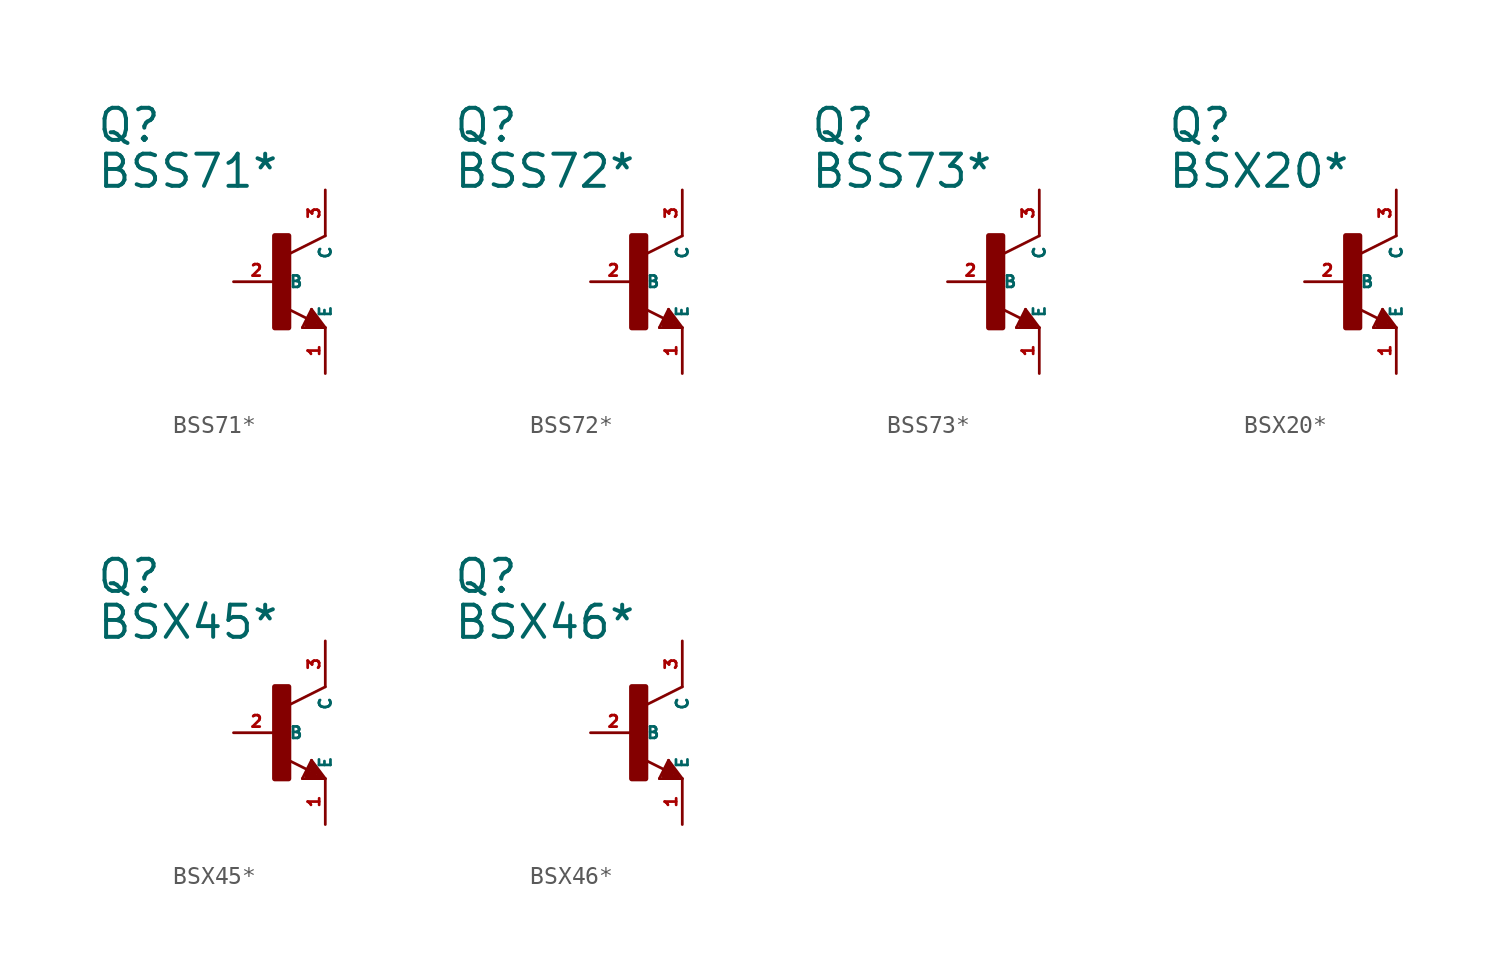
<source format=kicad_sym>
(kicad_symbol_lib
  (version 20220914)
  (generator Eagle2Kicad)
  (symbol "BSS71*"
    (property "Reference" "Q"
      (at -10.16 7.62 0)
      (effects (font (size 1.778 1.778) (thickness 0.22)) (justify left bottom)))
    (property "Value" "BSS71*"
      (at -10.16 5.08 0)
      (effects (font (size 1.778 1.778) (thickness 0.22)) (justify left bottom)))
    (polyline
      (pts (xy 2.54 2.54) (xy 0.508 1.524))
      (stroke (width 0.152) (type default))
      (fill (type none)))
    (polyline
      (pts (xy 1.778 -1.524) (xy 2.54 -2.54))
      (stroke (width 0.152) (type default))
      (fill (type none)))
    (polyline
      (pts (xy 2.54 -2.54) (xy 1.27 -2.54))
      (stroke (width 0.152) (type default))
      (fill (type none)))
    (polyline
      (pts (xy 1.27 -2.54) (xy 1.778 -1.524))
      (stroke (width 0.152) (type default))
      (fill (type none)))
    (polyline
      (pts (xy 1.54 -2.04) (xy 0.308 -1.424))
      (stroke (width 0.152) (type default))
      (fill (type none)))
    (polyline
      (pts (xy 1.524 -2.413) (xy 2.286 -2.413))
      (stroke (width 0.254) (type default))
      (fill (type none)))
    (polyline
      (pts (xy 2.286 -2.413) (xy 1.778 -1.778))
      (stroke (width 0.254) (type default))
      (fill (type none)))
    (polyline
      (pts (xy 1.778 -1.778) (xy 1.524 -2.286))
      (stroke (width 0.254) (type default))
      (fill (type none)))
    (polyline
      (pts (xy 1.524 -2.286) (xy 1.905 -2.286))
      (stroke (width 0.254) (type default))
      (fill (type none)))
    (polyline
      (pts (xy 1.905 -2.286) (xy 1.778 -2.032))
      (stroke (width 0.254) (type default))
      (fill (type none)))
    (rectangle
      (start -0.254 -2.54)
      (end 0.508 2.54)
      (stroke (width 0.3) (type default))
      (fill (type outline)))
    (pin passive line
      (at -2.54 0 0)
      (length 2.54)
      (name "B" (effects (font (size 0.635 0.635) (thickness 0.08)) (justify left bottom)))
      (number "2" (effects (font (size 0.635 0.635) (thickness 0.08)) (justify left bottom))))
    (pin passive line
      (at 2.54 -5.08 90)
      (length 2.54)
      (name "E" (effects (font (size 0.635 0.635) (thickness 0.08)) (justify left bottom)))
      (number "1" (effects (font (size 0.635 0.635) (thickness 0.08)) (justify left bottom))))
    (pin passive line
      (at 2.54 5.08 270)
      (length 2.54)
      (name "C" (effects (font (size 0.635 0.635) (thickness 0.08)) (justify left bottom)))
      (number "3" (effects (font (size 0.635 0.635) (thickness 0.08)) (justify left bottom)))))
  (symbol "BSS72*"
    (property "Reference" "Q"
      (at -10.16 7.62 0)
      (effects (font (size 1.778 1.778) (thickness 0.22)) (justify left bottom)))
    (property "Value" "BSS72*"
      (at -10.16 5.08 0)
      (effects (font (size 1.778 1.778) (thickness 0.22)) (justify left bottom)))
    (polyline
      (pts (xy 2.54 2.54) (xy 0.508 1.524))
      (stroke (width 0.152) (type default))
      (fill (type none)))
    (polyline
      (pts (xy 1.778 -1.524) (xy 2.54 -2.54))
      (stroke (width 0.152) (type default))
      (fill (type none)))
    (polyline
      (pts (xy 2.54 -2.54) (xy 1.27 -2.54))
      (stroke (width 0.152) (type default))
      (fill (type none)))
    (polyline
      (pts (xy 1.27 -2.54) (xy 1.778 -1.524))
      (stroke (width 0.152) (type default))
      (fill (type none)))
    (polyline
      (pts (xy 1.54 -2.04) (xy 0.308 -1.424))
      (stroke (width 0.152) (type default))
      (fill (type none)))
    (polyline
      (pts (xy 1.524 -2.413) (xy 2.286 -2.413))
      (stroke (width 0.254) (type default))
      (fill (type none)))
    (polyline
      (pts (xy 2.286 -2.413) (xy 1.778 -1.778))
      (stroke (width 0.254) (type default))
      (fill (type none)))
    (polyline
      (pts (xy 1.778 -1.778) (xy 1.524 -2.286))
      (stroke (width 0.254) (type default))
      (fill (type none)))
    (polyline
      (pts (xy 1.524 -2.286) (xy 1.905 -2.286))
      (stroke (width 0.254) (type default))
      (fill (type none)))
    (polyline
      (pts (xy 1.905 -2.286) (xy 1.778 -2.032))
      (stroke (width 0.254) (type default))
      (fill (type none)))
    (rectangle
      (start -0.254 -2.54)
      (end 0.508 2.54)
      (stroke (width 0.3) (type default))
      (fill (type outline)))
    (pin passive line
      (at -2.54 0 0)
      (length 2.54)
      (name "B" (effects (font (size 0.635 0.635) (thickness 0.08)) (justify left bottom)))
      (number "2" (effects (font (size 0.635 0.635) (thickness 0.08)) (justify left bottom))))
    (pin passive line
      (at 2.54 -5.08 90)
      (length 2.54)
      (name "E" (effects (font (size 0.635 0.635) (thickness 0.08)) (justify left bottom)))
      (number "1" (effects (font (size 0.635 0.635) (thickness 0.08)) (justify left bottom))))
    (pin passive line
      (at 2.54 5.08 270)
      (length 2.54)
      (name "C" (effects (font (size 0.635 0.635) (thickness 0.08)) (justify left bottom)))
      (number "3" (effects (font (size 0.635 0.635) (thickness 0.08)) (justify left bottom)))))
  (symbol "BSS73*"
    (property "Reference" "Q"
      (at -10.16 7.62 0)
      (effects (font (size 1.778 1.778) (thickness 0.22)) (justify left bottom)))
    (property "Value" "BSS73*"
      (at -10.16 5.08 0)
      (effects (font (size 1.778 1.778) (thickness 0.22)) (justify left bottom)))
    (polyline
      (pts (xy 2.54 2.54) (xy 0.508 1.524))
      (stroke (width 0.152) (type default))
      (fill (type none)))
    (polyline
      (pts (xy 1.778 -1.524) (xy 2.54 -2.54))
      (stroke (width 0.152) (type default))
      (fill (type none)))
    (polyline
      (pts (xy 2.54 -2.54) (xy 1.27 -2.54))
      (stroke (width 0.152) (type default))
      (fill (type none)))
    (polyline
      (pts (xy 1.27 -2.54) (xy 1.778 -1.524))
      (stroke (width 0.152) (type default))
      (fill (type none)))
    (polyline
      (pts (xy 1.54 -2.04) (xy 0.308 -1.424))
      (stroke (width 0.152) (type default))
      (fill (type none)))
    (polyline
      (pts (xy 1.524 -2.413) (xy 2.286 -2.413))
      (stroke (width 0.254) (type default))
      (fill (type none)))
    (polyline
      (pts (xy 2.286 -2.413) (xy 1.778 -1.778))
      (stroke (width 0.254) (type default))
      (fill (type none)))
    (polyline
      (pts (xy 1.778 -1.778) (xy 1.524 -2.286))
      (stroke (width 0.254) (type default))
      (fill (type none)))
    (polyline
      (pts (xy 1.524 -2.286) (xy 1.905 -2.286))
      (stroke (width 0.254) (type default))
      (fill (type none)))
    (polyline
      (pts (xy 1.905 -2.286) (xy 1.778 -2.032))
      (stroke (width 0.254) (type default))
      (fill (type none)))
    (rectangle
      (start -0.254 -2.54)
      (end 0.508 2.54)
      (stroke (width 0.3) (type default))
      (fill (type outline)))
    (pin passive line
      (at -2.54 0 0)
      (length 2.54)
      (name "B" (effects (font (size 0.635 0.635) (thickness 0.08)) (justify left bottom)))
      (number "2" (effects (font (size 0.635 0.635) (thickness 0.08)) (justify left bottom))))
    (pin passive line
      (at 2.54 -5.08 90)
      (length 2.54)
      (name "E" (effects (font (size 0.635 0.635) (thickness 0.08)) (justify left bottom)))
      (number "1" (effects (font (size 0.635 0.635) (thickness 0.08)) (justify left bottom))))
    (pin passive line
      (at 2.54 5.08 270)
      (length 2.54)
      (name "C" (effects (font (size 0.635 0.635) (thickness 0.08)) (justify left bottom)))
      (number "3" (effects (font (size 0.635 0.635) (thickness 0.08)) (justify left bottom)))))
  (symbol "BSX20*"
    (property "Reference" "Q"
      (at -10.16 7.62 0)
      (effects (font (size 1.778 1.778) (thickness 0.22)) (justify left bottom)))
    (property "Value" "BSX20*"
      (at -10.16 5.08 0)
      (effects (font (size 1.778 1.778) (thickness 0.22)) (justify left bottom)))
    (polyline
      (pts (xy 2.54 2.54) (xy 0.508 1.524))
      (stroke (width 0.152) (type default))
      (fill (type none)))
    (polyline
      (pts (xy 1.778 -1.524) (xy 2.54 -2.54))
      (stroke (width 0.152) (type default))
      (fill (type none)))
    (polyline
      (pts (xy 2.54 -2.54) (xy 1.27 -2.54))
      (stroke (width 0.152) (type default))
      (fill (type none)))
    (polyline
      (pts (xy 1.27 -2.54) (xy 1.778 -1.524))
      (stroke (width 0.152) (type default))
      (fill (type none)))
    (polyline
      (pts (xy 1.54 -2.04) (xy 0.308 -1.424))
      (stroke (width 0.152) (type default))
      (fill (type none)))
    (polyline
      (pts (xy 1.524 -2.413) (xy 2.286 -2.413))
      (stroke (width 0.254) (type default))
      (fill (type none)))
    (polyline
      (pts (xy 2.286 -2.413) (xy 1.778 -1.778))
      (stroke (width 0.254) (type default))
      (fill (type none)))
    (polyline
      (pts (xy 1.778 -1.778) (xy 1.524 -2.286))
      (stroke (width 0.254) (type default))
      (fill (type none)))
    (polyline
      (pts (xy 1.524 -2.286) (xy 1.905 -2.286))
      (stroke (width 0.254) (type default))
      (fill (type none)))
    (polyline
      (pts (xy 1.905 -2.286) (xy 1.778 -2.032))
      (stroke (width 0.254) (type default))
      (fill (type none)))
    (rectangle
      (start -0.254 -2.54)
      (end 0.508 2.54)
      (stroke (width 0.3) (type default))
      (fill (type outline)))
    (pin passive line
      (at -2.54 0 0)
      (length 2.54)
      (name "B" (effects (font (size 0.635 0.635) (thickness 0.08)) (justify left bottom)))
      (number "2" (effects (font (size 0.635 0.635) (thickness 0.08)) (justify left bottom))))
    (pin passive line
      (at 2.54 -5.08 90)
      (length 2.54)
      (name "E" (effects (font (size 0.635 0.635) (thickness 0.08)) (justify left bottom)))
      (number "1" (effects (font (size 0.635 0.635) (thickness 0.08)) (justify left bottom))))
    (pin passive line
      (at 2.54 5.08 270)
      (length 2.54)
      (name "C" (effects (font (size 0.635 0.635) (thickness 0.08)) (justify left bottom)))
      (number "3" (effects (font (size 0.635 0.635) (thickness 0.08)) (justify left bottom)))))
  (symbol "BSX45*"
    (property "Reference" "Q"
      (at -10.16 7.62 0)
      (effects (font (size 1.778 1.778) (thickness 0.22)) (justify left bottom)))
    (property "Value" "BSX45*"
      (at -10.16 5.08 0)
      (effects (font (size 1.778 1.778) (thickness 0.22)) (justify left bottom)))
    (polyline
      (pts (xy 2.54 2.54) (xy 0.508 1.524))
      (stroke (width 0.152) (type default))
      (fill (type none)))
    (polyline
      (pts (xy 1.778 -1.524) (xy 2.54 -2.54))
      (stroke (width 0.152) (type default))
      (fill (type none)))
    (polyline
      (pts (xy 2.54 -2.54) (xy 1.27 -2.54))
      (stroke (width 0.152) (type default))
      (fill (type none)))
    (polyline
      (pts (xy 1.27 -2.54) (xy 1.778 -1.524))
      (stroke (width 0.152) (type default))
      (fill (type none)))
    (polyline
      (pts (xy 1.54 -2.04) (xy 0.308 -1.424))
      (stroke (width 0.152) (type default))
      (fill (type none)))
    (polyline
      (pts (xy 1.524 -2.413) (xy 2.286 -2.413))
      (stroke (width 0.254) (type default))
      (fill (type none)))
    (polyline
      (pts (xy 2.286 -2.413) (xy 1.778 -1.778))
      (stroke (width 0.254) (type default))
      (fill (type none)))
    (polyline
      (pts (xy 1.778 -1.778) (xy 1.524 -2.286))
      (stroke (width 0.254) (type default))
      (fill (type none)))
    (polyline
      (pts (xy 1.524 -2.286) (xy 1.905 -2.286))
      (stroke (width 0.254) (type default))
      (fill (type none)))
    (polyline
      (pts (xy 1.905 -2.286) (xy 1.778 -2.032))
      (stroke (width 0.254) (type default))
      (fill (type none)))
    (rectangle
      (start -0.254 -2.54)
      (end 0.508 2.54)
      (stroke (width 0.3) (type default))
      (fill (type outline)))
    (pin passive line
      (at -2.54 0 0)
      (length 2.54)
      (name "B" (effects (font (size 0.635 0.635) (thickness 0.08)) (justify left bottom)))
      (number "2" (effects (font (size 0.635 0.635) (thickness 0.08)) (justify left bottom))))
    (pin passive line
      (at 2.54 -5.08 90)
      (length 2.54)
      (name "E" (effects (font (size 0.635 0.635) (thickness 0.08)) (justify left bottom)))
      (number "1" (effects (font (size 0.635 0.635) (thickness 0.08)) (justify left bottom))))
    (pin passive line
      (at 2.54 5.08 270)
      (length 2.54)
      (name "C" (effects (font (size 0.635 0.635) (thickness 0.08)) (justify left bottom)))
      (number "3" (effects (font (size 0.635 0.635) (thickness 0.08)) (justify left bottom)))))
  (symbol "BSX46*"
    (property "Reference" "Q"
      (at -10.16 7.62 0)
      (effects (font (size 1.778 1.778) (thickness 0.22)) (justify left bottom)))
    (property "Value" "BSX46*"
      (at -10.16 5.08 0)
      (effects (font (size 1.778 1.778) (thickness 0.22)) (justify left bottom)))
    (polyline
      (pts (xy 2.54 2.54) (xy 0.508 1.524))
      (stroke (width 0.152) (type default))
      (fill (type none)))
    (polyline
      (pts (xy 1.778 -1.524) (xy 2.54 -2.54))
      (stroke (width 0.152) (type default))
      (fill (type none)))
    (polyline
      (pts (xy 2.54 -2.54) (xy 1.27 -2.54))
      (stroke (width 0.152) (type default))
      (fill (type none)))
    (polyline
      (pts (xy 1.27 -2.54) (xy 1.778 -1.524))
      (stroke (width 0.152) (type default))
      (fill (type none)))
    (polyline
      (pts (xy 1.54 -2.04) (xy 0.308 -1.424))
      (stroke (width 0.152) (type default))
      (fill (type none)))
    (polyline
      (pts (xy 1.524 -2.413) (xy 2.286 -2.413))
      (stroke (width 0.254) (type default))
      (fill (type none)))
    (polyline
      (pts (xy 2.286 -2.413) (xy 1.778 -1.778))
      (stroke (width 0.254) (type default))
      (fill (type none)))
    (polyline
      (pts (xy 1.778 -1.778) (xy 1.524 -2.286))
      (stroke (width 0.254) (type default))
      (fill (type none)))
    (polyline
      (pts (xy 1.524 -2.286) (xy 1.905 -2.286))
      (stroke (width 0.254) (type default))
      (fill (type none)))
    (polyline
      (pts (xy 1.905 -2.286) (xy 1.778 -2.032))
      (stroke (width 0.254) (type default))
      (fill (type none)))
    (rectangle
      (start -0.254 -2.54)
      (end 0.508 2.54)
      (stroke (width 0.3) (type default))
      (fill (type outline)))
    (pin passive line
      (at -2.54 0 0)
      (length 2.54)
      (name "B" (effects (font (size 0.635 0.635) (thickness 0.08)) (justify left bottom)))
      (number "2" (effects (font (size 0.635 0.635) (thickness 0.08)) (justify left bottom))))
    (pin passive line
      (at 2.54 -5.08 90)
      (length 2.54)
      (name "E" (effects (font (size 0.635 0.635) (thickness 0.08)) (justify left bottom)))
      (number "1" (effects (font (size 0.635 0.635) (thickness 0.08)) (justify left bottom))))
    (pin passive line
      (at 2.54 5.08 270)
      (length 2.54)
      (name "C" (effects (font (size 0.635 0.635) (thickness 0.08)) (justify left bottom)))
      (number "3" (effects (font (size 0.635 0.635) (thickness 0.08)) (justify left bottom))))))
</source>
